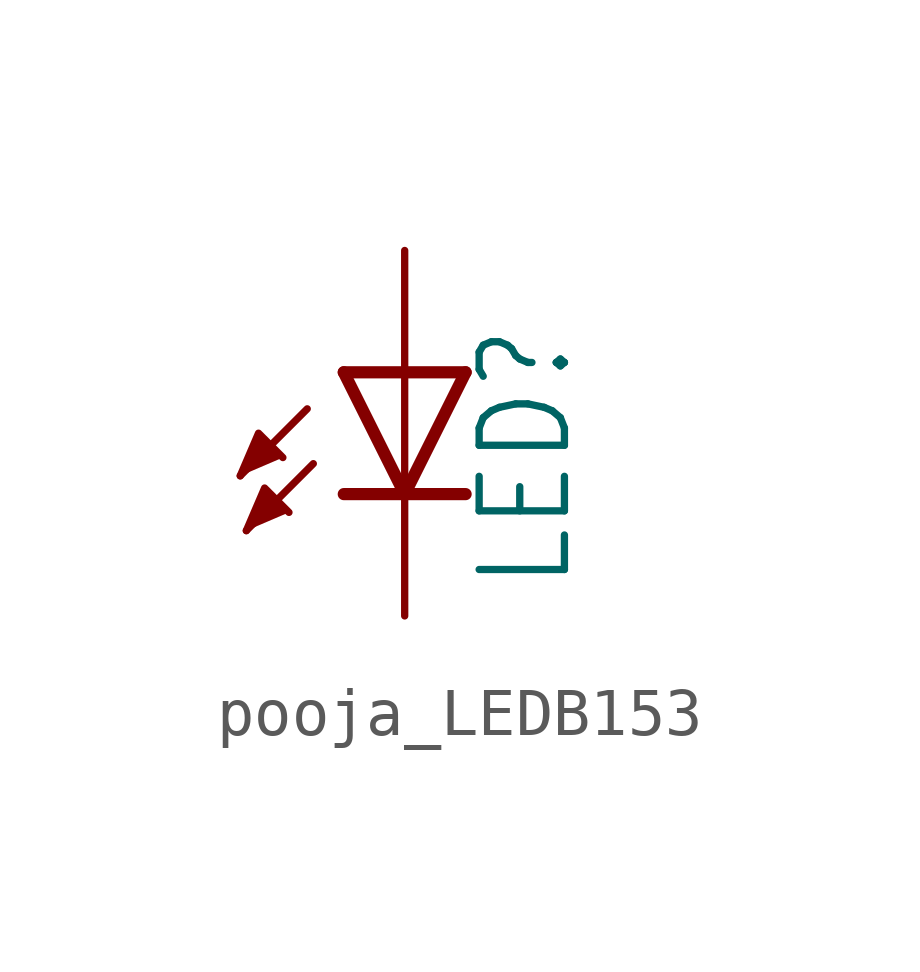
<source format=kicad_sym>
(kicad_symbol_lib
  (version 20220914)
  (generator kicad_symbol_editor)
  (symbol "pooja_LEDB153"
    (property "Reference" "LED"
      (at 3.556 -4.572 90)
      (effects (font (size 1.778 1.511)) (justify left bottom)))
    (property "Value" ""
      (at 5.715 -4.572 90)
      (effects (font (size 1.778 1.511)) (justify left bottom)))
    (property "ki_locked" ""
      (at 0 0 0)
      (effects (font (size 1.27 1.27))))
    (symbol "pooja_LEDB153_1_0"
      (polyline (pts (xy -2.032 -0.762) (xy -3.429 -2.159)) (stroke (width 0.152) (type solid)) (fill (type none)))
      (polyline (pts (xy -1.905 -1.905) (xy -3.302 -3.302)) (stroke (width 0.152) (type solid)) (fill (type none)))
      (polyline (pts (xy 0 -2.54) (xy -1.27 -2.54)) (stroke (width 0.254) (type solid)) (fill (type none)))
      (polyline (pts (xy 0 -2.54) (xy -1.27 0)) (stroke (width 0.254) (type solid)) (fill (type none)))
      (polyline (pts (xy 0 0) (xy -1.27 0)) (stroke (width 0.254) (type solid)) (fill (type none)))
      (polyline (pts (xy 0 0) (xy 0 -2.54)) (stroke (width 0.152) (type solid)) (fill (type none)))
      (polyline (pts (xy 1.27 -2.54) (xy 0 -2.54)) (stroke (width 0.254) (type solid)) (fill (type none)))
      (polyline (pts (xy 1.27 0) (xy 0 -2.54)) (stroke (width 0.254) (type solid)) (fill (type none)))
      (polyline (pts (xy 1.27 0) (xy 0 0)) (stroke (width 0.254) (type solid)) (fill (type none)))
      (polyline (pts (xy -3.429 -2.159) (xy -3.048 -1.27) (xy -2.54 -1.778)) (stroke (width 0.152) (type solid)) (fill (type outline)))
      (polyline (pts (xy -3.302 -3.302) (xy -2.921 -2.413) (xy -2.413 -2.921)) (stroke (width 0.152) (type solid)) (fill (type outline)))
      (pin passive line (at 0 2.54 270) (length 2.54) (name "A" (effects (font (size 0 0)))) (number "A" (effects (font (size 0 0)))))
      (pin passive line (at 0 -5.08 90) (length 2.54) (name "C" (effects (font (size 0 0)))) (number "K" (effects (font (size 0 0))))))))
</source>
